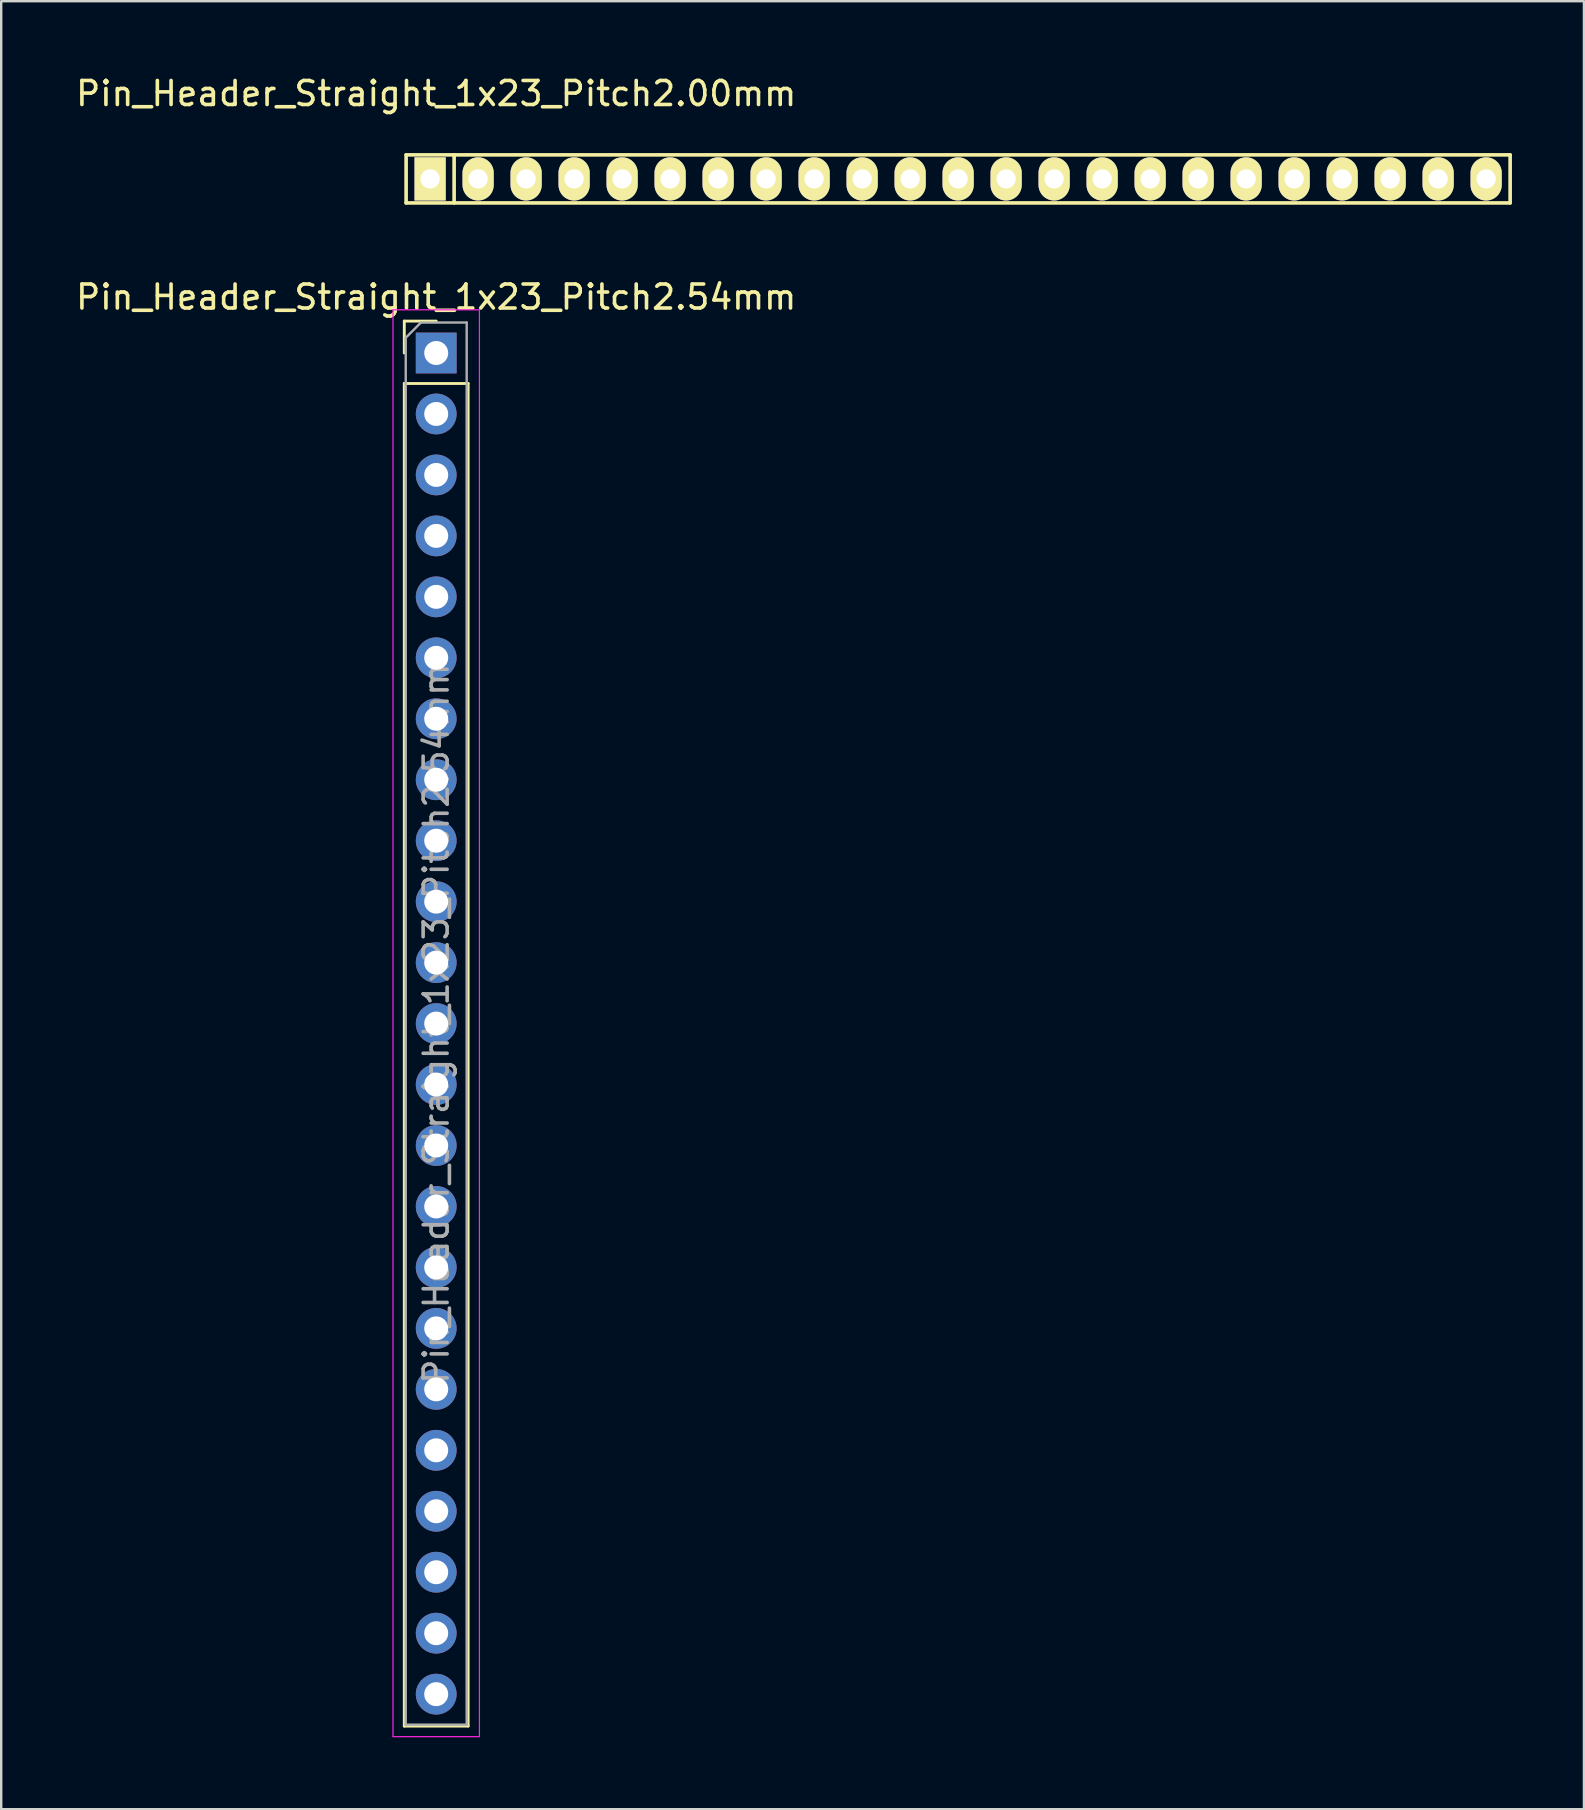
<source format=kicad_pcb>
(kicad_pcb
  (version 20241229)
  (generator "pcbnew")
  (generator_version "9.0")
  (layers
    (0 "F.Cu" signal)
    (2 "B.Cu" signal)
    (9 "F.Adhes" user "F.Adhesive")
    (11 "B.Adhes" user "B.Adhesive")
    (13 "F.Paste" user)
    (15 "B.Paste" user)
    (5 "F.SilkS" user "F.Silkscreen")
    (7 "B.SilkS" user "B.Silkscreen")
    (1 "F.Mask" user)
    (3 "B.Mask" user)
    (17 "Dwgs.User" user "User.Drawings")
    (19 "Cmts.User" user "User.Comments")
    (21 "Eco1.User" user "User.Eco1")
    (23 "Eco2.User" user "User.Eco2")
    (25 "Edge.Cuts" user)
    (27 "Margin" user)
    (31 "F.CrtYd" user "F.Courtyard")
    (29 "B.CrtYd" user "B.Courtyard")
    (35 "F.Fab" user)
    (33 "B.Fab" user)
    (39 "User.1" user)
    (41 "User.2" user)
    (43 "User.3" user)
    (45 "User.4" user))
  (footprint "Pin_Header_Straight_1x23_Pitch2.00mm"
    (layer "F.Cu")
    (at 14.871 4.404)
    (property "Reference" "Pin_Header_Straight_1x23_Pitch2.00mm" (at 0.254 -3.556 0) (layer "F.SilkS") (effects (font (size 1 1) (thickness 0.15))))
    (attr through_hole)
    (fp_line (start -1 -1) (end 45 -1) (stroke (width 0.15) (type solid)) (layer "F.SilkS"))
    (fp_line (start -1 1) (end -1 -1) (stroke (width 0.15) (type solid)) (layer "F.SilkS"))
    (fp_line (start 1 -1) (end 1 1) (stroke (width 0.15) (type solid)) (layer "F.SilkS"))
    (fp_line (start 45 -1) (end 45 1) (stroke (width 0.15) (type solid)) (layer "F.SilkS"))
    (fp_line (start 45 1) (end -1 1) (stroke (width 0.15) (type solid)) (layer "F.SilkS"))
    (pad "1" thru_hole rect (at 0 0) (size 1.3 1.8) (drill 0.8) (layers "*.Cu" "*.Mask" "F.SilkS"))
    (pad "2" thru_hole oval (at 2 0) (size 1.3 1.8) (drill 0.8) (layers "*.Cu" "*.Mask" "F.SilkS"))
    (pad "3" thru_hole oval (at 4 0) (size 1.3 1.8) (drill 0.8) (layers "*.Cu" "*.Mask" "F.SilkS"))
    (pad "4" thru_hole oval (at 6 0) (size 1.3 1.8) (drill 0.8) (layers "*.Cu" "*.Mask" "F.SilkS"))
    (pad "5" thru_hole oval (at 8 0) (size 1.3 1.8) (drill 0.8) (layers "*.Cu" "*.Mask" "F.SilkS"))
    (pad "6" thru_hole oval (at 10 0) (size 1.3 1.8) (drill 0.8) (layers "*.Cu" "*.Mask" "F.SilkS"))
    (pad "7" thru_hole oval (at 12 0) (size 1.3 1.8) (drill 0.8) (layers "*.Cu" "*.Mask" "F.SilkS"))
    (pad "8" thru_hole oval (at 14 0) (size 1.3 1.8) (drill 0.8) (layers "*.Cu" "*.Mask" "F.SilkS"))
    (pad "9" thru_hole oval (at 16 0) (size 1.3 1.8) (drill 0.8) (layers "*.Cu" "*.Mask" "F.SilkS"))
    (pad "10" thru_hole oval (at 18 0) (size 1.3 1.8) (drill 0.8) (layers "*.Cu" "*.Mask" "F.SilkS"))
    (pad "11" thru_hole oval (at 20 0) (size 1.3 1.8) (drill 0.8) (layers "*.Cu" "*.Mask" "F.SilkS"))
    (pad "12" thru_hole oval (at 22 0) (size 1.3 1.8) (drill 0.8) (layers "*.Cu" "*.Mask" "F.SilkS"))
    (pad "13" thru_hole oval (at 24 0) (size 1.3 1.8) (drill 0.8) (layers "*.Cu" "*.Mask" "F.SilkS"))
    (pad "14" thru_hole oval (at 26 0) (size 1.3 1.8) (drill 0.8) (layers "*.Cu" "*.Mask" "F.SilkS"))
    (pad "15" thru_hole oval (at 28 0) (size 1.3 1.8) (drill 0.8) (layers "*.Cu" "*.Mask" "F.SilkS"))
    (pad "16" thru_hole oval (at 30 0) (size 1.3 1.8) (drill 0.8) (layers "*.Cu" "*.Mask" "F.SilkS"))
    (pad "17" thru_hole oval (at 32 0) (size 1.3 1.8) (drill 0.8) (layers "*.Cu" "*.Mask" "F.SilkS"))
    (pad "18" thru_hole oval (at 34 0) (size 1.3 1.8) (drill 0.8) (layers "*.Cu" "*.Mask" "F.SilkS"))
    (pad "19" thru_hole oval (at 36 0) (size 1.3 1.8) (drill 0.8) (layers "*.Cu" "*.Mask" "F.SilkS"))
    (pad "20" thru_hole oval (at 38 0) (size 1.3 1.8) (drill 0.8) (layers "*.Cu" "*.Mask" "F.SilkS"))
    (pad "21" thru_hole oval (at 40 0) (size 1.3 1.8) (drill 0.8) (layers "*.Cu" "*.Mask" "F.SilkS"))
    (pad "22" thru_hole oval (at 42 0) (size 1.3 1.8) (drill 0.8) (layers "*.Cu" "*.Mask" "F.SilkS"))
    (pad "23" thru_hole oval (at 44 0) (size 1.3 1.8) (drill 0.8) (layers "*.Cu" "*.Mask" "F.SilkS")))
  (footprint "Pin_Header_Straight_1x23_Pitch2.54mm"
    (layer "F.Cu")
    (at 15.125 11.658)
    (property "Reference" "Pin_Header_Straight_1x23_Pitch2.54mm" (at 0 -2.33 0) (layer "F.SilkS") (effects (font (size 1 1) (thickness 0.15))))
    (attr through_hole)
    (fp_line (start -1.33 -1.33) (end 0 -1.33) (stroke (width 0.12) (type solid)) (layer "F.SilkS"))
    (fp_line (start -1.33 0) (end -1.33 -1.33) (stroke (width 0.12) (type solid)) (layer "F.SilkS"))
    (fp_line (start -1.33 1.27) (end -1.33 57.21) (stroke (width 0.12) (type solid)) (layer "F.SilkS"))
    (fp_line (start -1.33 57.21) (end 1.33 57.21) (stroke (width 0.12) (type solid)) (layer "F.SilkS"))
    (fp_line (start 1.33 1.27) (end -1.33 1.27) (stroke (width 0.12) (type solid)) (layer "F.SilkS"))
    (fp_line (start 1.33 57.21) (end 1.33 1.27) (stroke (width 0.12) (type solid)) (layer "F.SilkS"))
    (fp_line (start -1.8 -1.8) (end -1.8 57.65) (stroke (width 0.05) (type solid)) (layer "F.CrtYd"))
    (fp_line (start -1.8 57.65) (end 1.8 57.65) (stroke (width 0.05) (type solid)) (layer "F.CrtYd"))
    (fp_line (start 1.8 -1.8) (end -1.8 -1.8) (stroke (width 0.05) (type solid)) (layer "F.CrtYd"))
    (fp_line (start 1.8 57.65) (end 1.8 -1.8) (stroke (width 0.05) (type solid)) (layer "F.CrtYd"))
    (fp_line (start -1.27 -0.635) (end -0.635 -1.27) (stroke (width 0.1) (type solid)) (layer "F.Fab"))
    (fp_line (start -1.27 57.15) (end -1.27 -0.635) (stroke (width 0.1) (type solid)) (layer "F.Fab"))
    (fp_line (start -0.635 -1.27) (end 1.27 -1.27) (stroke (width 0.1) (type solid)) (layer "F.Fab"))
    (fp_line (start 1.27 -1.27) (end 1.27 57.15) (stroke (width 0.1) (type solid)) (layer "F.Fab"))
    (fp_line (start 1.27 57.15) (end -1.27 57.15) (stroke (width 0.1) (type solid)) (layer "F.Fab"))
    (fp_text user "${REFERENCE}" (at 0 27.94 90) (layer "F.Fab") (effects (font (size 1 1) (thickness 0.15))))
    (pad "1" thru_hole rect (at 0 0) (size 1.7 1.7) (drill 1) (layers "*.Cu" "*.Mask"))
    (pad "2" thru_hole oval (at 0 2.54) (size 1.7 1.7) (drill 1) (layers "*.Cu" "*.Mask"))
    (pad "3" thru_hole oval (at 0 5.08) (size 1.7 1.7) (drill 1) (layers "*.Cu" "*.Mask"))
    (pad "4" thru_hole oval (at 0 7.62) (size 1.7 1.7) (drill 1) (layers "*.Cu" "*.Mask"))
    (pad "5" thru_hole oval (at 0 10.16) (size 1.7 1.7) (drill 1) (layers "*.Cu" "*.Mask"))
    (pad "6" thru_hole oval (at 0 12.7) (size 1.7 1.7) (drill 1) (layers "*.Cu" "*.Mask"))
    (pad "7" thru_hole oval (at 0 15.24) (size 1.7 1.7) (drill 1) (layers "*.Cu" "*.Mask"))
    (pad "8" thru_hole oval (at 0 17.78) (size 1.7 1.7) (drill 1) (layers "*.Cu" "*.Mask"))
    (pad "9" thru_hole oval (at 0 20.32) (size 1.7 1.7) (drill 1) (layers "*.Cu" "*.Mask"))
    (pad "10" thru_hole oval (at 0 22.86) (size 1.7 1.7) (drill 1) (layers "*.Cu" "*.Mask"))
    (pad "11" thru_hole oval (at 0 25.4) (size 1.7 1.7) (drill 1) (layers "*.Cu" "*.Mask"))
    (pad "12" thru_hole oval (at 0 27.94) (size 1.7 1.7) (drill 1) (layers "*.Cu" "*.Mask"))
    (pad "13" thru_hole oval (at 0 30.48) (size 1.7 1.7) (drill 1) (layers "*.Cu" "*.Mask"))
    (pad "14" thru_hole oval (at 0 33.02) (size 1.7 1.7) (drill 1) (layers "*.Cu" "*.Mask"))
    (pad "15" thru_hole oval (at 0 35.56) (size 1.7 1.7) (drill 1) (layers "*.Cu" "*.Mask"))
    (pad "16" thru_hole oval (at 0 38.1) (size 1.7 1.7) (drill 1) (layers "*.Cu" "*.Mask"))
    (pad "17" thru_hole oval (at 0 40.64) (size 1.7 1.7) (drill 1) (layers "*.Cu" "*.Mask"))
    (pad "18" thru_hole oval (at 0 43.18) (size 1.7 1.7) (drill 1) (layers "*.Cu" "*.Mask"))
    (pad "19" thru_hole oval (at 0 45.72) (size 1.7 1.7) (drill 1) (layers "*.Cu" "*.Mask"))
    (pad "20" thru_hole oval (at 0 48.26) (size 1.7 1.7) (drill 1) (layers "*.Cu" "*.Mask"))
    (pad "21" thru_hole oval (at 0 50.8) (size 1.7 1.7) (drill 1) (layers "*.Cu" "*.Mask"))
    (pad "22" thru_hole oval (at 0 53.34) (size 1.7 1.7) (drill 1) (layers "*.Cu" "*.Mask"))
    (pad "23" thru_hole oval (at 0 55.88) (size 1.7 1.7) (drill 1) (layers "*.Cu" "*.Mask")))
  (gr_rect
    (start -3 -3)
    (end 62.946 72.332)
    (stroke (width 0.1) (type default))
    (fill no)
    (layer "Edge.Cuts")))
</source>
